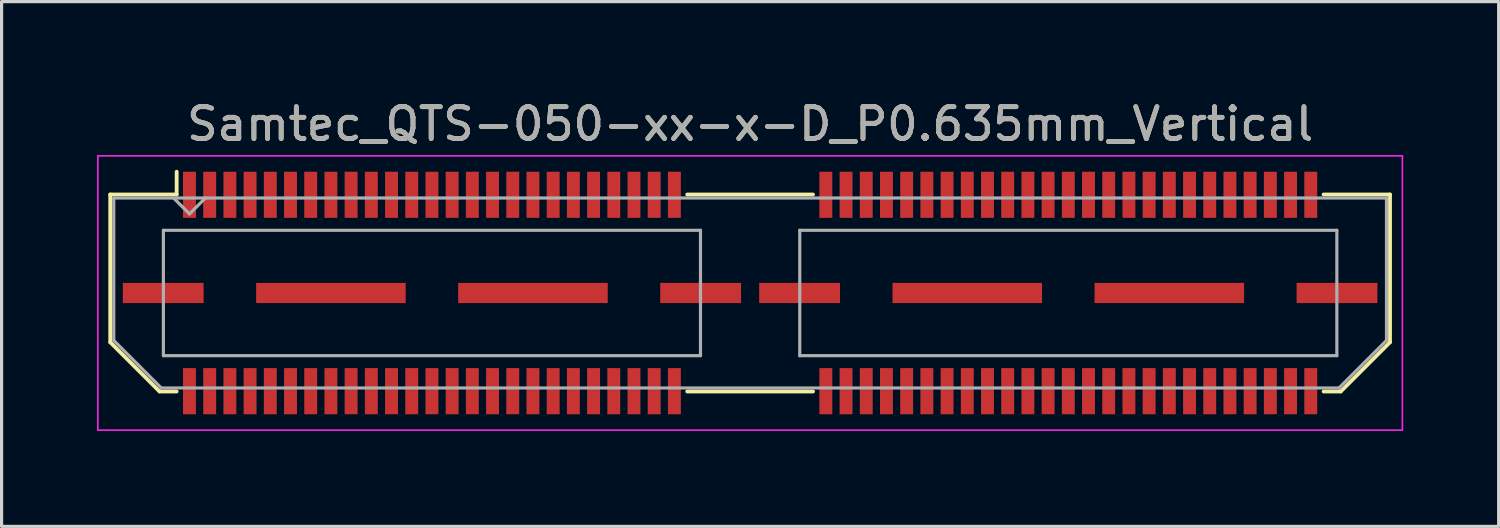
<source format=kicad_pcb>
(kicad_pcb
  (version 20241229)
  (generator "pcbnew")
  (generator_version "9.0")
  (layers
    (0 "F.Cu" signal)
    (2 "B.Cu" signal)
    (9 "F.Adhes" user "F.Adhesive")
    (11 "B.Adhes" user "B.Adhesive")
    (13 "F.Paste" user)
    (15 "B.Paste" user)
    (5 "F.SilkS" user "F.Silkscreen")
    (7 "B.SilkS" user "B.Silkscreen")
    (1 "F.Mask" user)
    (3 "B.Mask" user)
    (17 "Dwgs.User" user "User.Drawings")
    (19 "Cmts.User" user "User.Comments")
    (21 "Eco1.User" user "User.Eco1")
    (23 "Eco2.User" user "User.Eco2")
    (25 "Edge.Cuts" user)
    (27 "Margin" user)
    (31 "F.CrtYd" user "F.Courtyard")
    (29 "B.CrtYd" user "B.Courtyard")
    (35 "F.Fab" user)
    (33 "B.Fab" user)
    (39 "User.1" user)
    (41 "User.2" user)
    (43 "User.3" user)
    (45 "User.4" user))
  (footprint "Samtec_QTS-050-xx-x-D_P0.635mm_Vertical"
    (layer "F.Cu")
    (at 20.525 6.158)
    (property "Reference" "Samtec_QTS-050-xx-x-D_P0.635mm_Vertical" (at 0 -5.31 0) (layer "F.SilkS") (effects (font (size 1 1) (thickness 0.15))))
    (attr smd)
    (fp_line (start -20.11 -3.095) (end -20.11 1.548) (stroke (width 0.12) (type solid)) (layer "F.SilkS"))
    (fp_line (start -20.11 1.548) (end -18.562 3.095) (stroke (width 0.12) (type solid)) (layer "F.SilkS"))
    (fp_line (start -18.562 3.095) (end -18.023 3.095) (stroke (width 0.12) (type solid)) (layer "F.SilkS"))
    (fp_line (start -18.023 -3.811) (end -18.023 -3.095) (stroke (width 0.12) (type solid)) (layer "F.SilkS"))
    (fp_line (start -18.023 -3.095) (end -20.11 -3.095) (stroke (width 0.12) (type solid)) (layer "F.SilkS"))
    (fp_line (start -1.977 -3.095) (end 1.977 -3.095) (stroke (width 0.12) (type solid)) (layer "F.SilkS"))
    (fp_line (start -1.977 3.095) (end 1.977 3.095) (stroke (width 0.12) (type solid)) (layer "F.SilkS"))
    (fp_line (start 18.023 -3.095) (end 20.11 -3.095) (stroke (width 0.12) (type solid)) (layer "F.SilkS"))
    (fp_line (start 18.562 3.095) (end 18.023 3.095) (stroke (width 0.12) (type solid)) (layer "F.SilkS"))
    (fp_line (start 20.11 -3.095) (end 20.11 1.548) (stroke (width 0.12) (type solid)) (layer "F.SilkS"))
    (fp_line (start 20.11 1.548) (end 18.562 3.095) (stroke (width 0.12) (type solid)) (layer "F.SilkS"))
    (fp_line (start -20.5 -4.31) (end -20.5 4.31) (stroke (width 0.05) (type solid)) (layer "F.CrtYd"))
    (fp_line (start -20.5 4.31) (end 20.5 4.31) (stroke (width 0.05) (type solid)) (layer "F.CrtYd"))
    (fp_line (start 20.5 -4.31) (end -20.5 -4.31) (stroke (width 0.05) (type solid)) (layer "F.CrtYd"))
    (fp_line (start 20.5 4.31) (end 20.5 -4.31) (stroke (width 0.05) (type solid)) (layer "F.CrtYd"))
    (fp_line (start -20 -2.985) (end -20 1.492) (stroke (width 0.1) (type solid)) (layer "F.Fab"))
    (fp_line (start -20 -2.985) (end 20 -2.985) (stroke (width 0.1) (type solid)) (layer "F.Fab"))
    (fp_line (start -20 1.492) (end -18.508 2.985) (stroke (width 0.1) (type solid)) (layer "F.Fab"))
    (fp_line (start -18.508 2.985) (end 18.508 2.985) (stroke (width 0.1) (type solid)) (layer "F.Fab"))
    (fp_line (start -18.44 -1.97) (end -18.44 1.97) (stroke (width 0.1) (type solid)) (layer "F.Fab"))
    (fp_line (start -18.44 1.97) (end -1.56 1.97) (stroke (width 0.1) (type solid)) (layer "F.Fab"))
    (fp_line (start -17.62 -2.485) (end -18.12 -2.985) (stroke (width 0.1) (type solid)) (layer "F.Fab"))
    (fp_line (start -17.12 -2.985) (end -17.62 -2.485) (stroke (width 0.1) (type solid)) (layer "F.Fab"))
    (fp_line (start -1.56 -1.97) (end -18.44 -1.97) (stroke (width 0.1) (type solid)) (layer "F.Fab"))
    (fp_line (start -1.56 1.97) (end -1.56 -1.97) (stroke (width 0.1) (type solid)) (layer "F.Fab"))
    (fp_line (start 1.56 -1.97) (end 1.56 1.97) (stroke (width 0.1) (type solid)) (layer "F.Fab"))
    (fp_line (start 1.56 1.97) (end 18.44 1.97) (stroke (width 0.1) (type solid)) (layer "F.Fab"))
    (fp_line (start 18.44 -1.97) (end 1.56 -1.97) (stroke (width 0.1) (type solid)) (layer "F.Fab"))
    (fp_line (start 18.44 1.97) (end 18.44 -1.97) (stroke (width 0.1) (type solid)) (layer "F.Fab"))
    (fp_line (start 20 -2.985) (end 20 1.492) (stroke (width 0.1) (type solid)) (layer "F.Fab"))
    (fp_line (start 20 1.492) (end 18.508 2.985) (stroke (width 0.1) (type solid)) (layer "F.Fab"))
    (fp_text user "${REFERENCE}" (at 0 -5.31 0) (layer "F.Fab") (effects (font (size 1 1) (thickness 0.15))))
    (pad "1" smd rect (at -17.62 -3.086) (size 0.406 1.45) (layers "F.Cu" "F.Mask" "F.Paste"))
    (pad "2" smd rect (at -17.62 3.086) (size 0.406 1.45) (layers "F.Cu" "F.Mask" "F.Paste"))
    (pad "3" smd rect (at -16.985 -3.086) (size 0.406 1.45) (layers "F.Cu" "F.Mask" "F.Paste"))
    (pad "4" smd rect (at -16.985 3.086) (size 0.406 1.45) (layers "F.Cu" "F.Mask" "F.Paste"))
    (pad "5" smd rect (at -16.35 -3.086) (size 0.406 1.45) (layers "F.Cu" "F.Mask" "F.Paste"))
    (pad "6" smd rect (at -16.35 3.086) (size 0.406 1.45) (layers "F.Cu" "F.Mask" "F.Paste"))
    (pad "7" smd rect (at -15.715 -3.086) (size 0.406 1.45) (layers "F.Cu" "F.Mask" "F.Paste"))
    (pad "8" smd rect (at -15.715 3.086) (size 0.406 1.45) (layers "F.Cu" "F.Mask" "F.Paste"))
    (pad "9" smd rect (at -15.08 -3.086) (size 0.406 1.45) (layers "F.Cu" "F.Mask" "F.Paste"))
    (pad "10" smd rect (at -15.08 3.086) (size 0.406 1.45) (layers "F.Cu" "F.Mask" "F.Paste"))
    (pad "11" smd rect (at -14.445 -3.086) (size 0.406 1.45) (layers "F.Cu" "F.Mask" "F.Paste"))
    (pad "12" smd rect (at -14.445 3.086) (size 0.406 1.45) (layers "F.Cu" "F.Mask" "F.Paste"))
    (pad "13" smd rect (at -13.81 -3.086) (size 0.406 1.45) (layers "F.Cu" "F.Mask" "F.Paste"))
    (pad "14" smd rect (at -13.81 3.086) (size 0.406 1.45) (layers "F.Cu" "F.Mask" "F.Paste"))
    (pad "15" smd rect (at -13.175 -3.086) (size 0.406 1.45) (layers "F.Cu" "F.Mask" "F.Paste"))
    (pad "16" smd rect (at -13.175 3.086) (size 0.406 1.45) (layers "F.Cu" "F.Mask" "F.Paste"))
    (pad "17" smd rect (at -12.54 -3.086) (size 0.406 1.45) (layers "F.Cu" "F.Mask" "F.Paste"))
    (pad "18" smd rect (at -12.54 3.086) (size 0.406 1.45) (layers "F.Cu" "F.Mask" "F.Paste"))
    (pad "19" smd rect (at -11.905 -3.086) (size 0.406 1.45) (layers "F.Cu" "F.Mask" "F.Paste"))
    (pad "20" smd rect (at -11.905 3.086) (size 0.406 1.45) (layers "F.Cu" "F.Mask" "F.Paste"))
    (pad "21" smd rect (at -11.27 -3.086) (size 0.406 1.45) (layers "F.Cu" "F.Mask" "F.Paste"))
    (pad "22" smd rect (at -11.27 3.086) (size 0.406 1.45) (layers "F.Cu" "F.Mask" "F.Paste"))
    (pad "23" smd rect (at -10.635 -3.086) (size 0.406 1.45) (layers "F.Cu" "F.Mask" "F.Paste"))
    (pad "24" smd rect (at -10.635 3.086) (size 0.406 1.45) (layers "F.Cu" "F.Mask" "F.Paste"))
    (pad "25" smd rect (at -10 -3.086) (size 0.406 1.45) (layers "F.Cu" "F.Mask" "F.Paste"))
    (pad "26" smd rect (at -10 3.086) (size 0.406 1.45) (layers "F.Cu" "F.Mask" "F.Paste"))
    (pad "27" smd rect (at -9.365 -3.086) (size 0.406 1.45) (layers "F.Cu" "F.Mask" "F.Paste"))
    (pad "28" smd rect (at -9.365 3.086) (size 0.406 1.45) (layers "F.Cu" "F.Mask" "F.Paste"))
    (pad "29" smd rect (at -8.73 -3.086) (size 0.406 1.45) (layers "F.Cu" "F.Mask" "F.Paste"))
    (pad "30" smd rect (at -8.73 3.086) (size 0.406 1.45) (layers "F.Cu" "F.Mask" "F.Paste"))
    (pad "31" smd rect (at -8.095 -3.086) (size 0.406 1.45) (layers "F.Cu" "F.Mask" "F.Paste"))
    (pad "32" smd rect (at -8.095 3.086) (size 0.406 1.45) (layers "F.Cu" "F.Mask" "F.Paste"))
    (pad "33" smd rect (at -7.46 -3.086) (size 0.406 1.45) (layers "F.Cu" "F.Mask" "F.Paste"))
    (pad "34" smd rect (at -7.46 3.086) (size 0.406 1.45) (layers "F.Cu" "F.Mask" "F.Paste"))
    (pad "35" smd rect (at -6.825 -3.086) (size 0.406 1.45) (layers "F.Cu" "F.Mask" "F.Paste"))
    (pad "36" smd rect (at -6.825 3.086) (size 0.406 1.45) (layers "F.Cu" "F.Mask" "F.Paste"))
    (pad "37" smd rect (at -6.19 -3.086) (size 0.406 1.45) (layers "F.Cu" "F.Mask" "F.Paste"))
    (pad "38" smd rect (at -6.19 3.086) (size 0.406 1.45) (layers "F.Cu" "F.Mask" "F.Paste"))
    (pad "39" smd rect (at -5.555 -3.086) (size 0.406 1.45) (layers "F.Cu" "F.Mask" "F.Paste"))
    (pad "40" smd rect (at -5.555 3.086) (size 0.406 1.45) (layers "F.Cu" "F.Mask" "F.Paste"))
    (pad "41" smd rect (at -4.92 -3.086) (size 0.406 1.45) (layers "F.Cu" "F.Mask" "F.Paste"))
    (pad "42" smd rect (at -4.92 3.086) (size 0.406 1.45) (layers "F.Cu" "F.Mask" "F.Paste"))
    (pad "43" smd rect (at -4.285 -3.086) (size 0.406 1.45) (layers "F.Cu" "F.Mask" "F.Paste"))
    (pad "44" smd rect (at -4.285 3.086) (size 0.406 1.45) (layers "F.Cu" "F.Mask" "F.Paste"))
    (pad "45" smd rect (at -3.65 -3.086) (size 0.406 1.45) (layers "F.Cu" "F.Mask" "F.Paste"))
    (pad "46" smd rect (at -3.65 3.086) (size 0.406 1.45) (layers "F.Cu" "F.Mask" "F.Paste"))
    (pad "47" smd rect (at -3.015 -3.086) (size 0.406 1.45) (layers "F.Cu" "F.Mask" "F.Paste"))
    (pad "48" smd rect (at -3.015 3.086) (size 0.406 1.45) (layers "F.Cu" "F.Mask" "F.Paste"))
    (pad "49" smd rect (at -2.38 -3.086) (size 0.406 1.45) (layers "F.Cu" "F.Mask" "F.Paste"))
    (pad "50" smd rect (at -2.38 3.086) (size 0.406 1.45) (layers "F.Cu" "F.Mask" "F.Paste"))
    (pad "51" smd rect (at 2.38 -3.086) (size 0.406 1.45) (layers "F.Cu" "F.Mask" "F.Paste"))
    (pad "52" smd rect (at 2.38 3.086) (size 0.406 1.45) (layers "F.Cu" "F.Mask" "F.Paste"))
    (pad "53" smd rect (at 3.015 -3.086) (size 0.406 1.45) (layers "F.Cu" "F.Mask" "F.Paste"))
    (pad "54" smd rect (at 3.015 3.086) (size 0.406 1.45) (layers "F.Cu" "F.Mask" "F.Paste"))
    (pad "55" smd rect (at 3.65 -3.086) (size 0.406 1.45) (layers "F.Cu" "F.Mask" "F.Paste"))
    (pad "56" smd rect (at 3.65 3.086) (size 0.406 1.45) (layers "F.Cu" "F.Mask" "F.Paste"))
    (pad "57" smd rect (at 4.285 -3.086) (size 0.406 1.45) (layers "F.Cu" "F.Mask" "F.Paste"))
    (pad "58" smd rect (at 4.285 3.086) (size 0.406 1.45) (layers "F.Cu" "F.Mask" "F.Paste"))
    (pad "59" smd rect (at 4.92 -3.086) (size 0.406 1.45) (layers "F.Cu" "F.Mask" "F.Paste"))
    (pad "60" smd rect (at 4.92 3.086) (size 0.406 1.45) (layers "F.Cu" "F.Mask" "F.Paste"))
    (pad "61" smd rect (at 5.555 -3.086) (size 0.406 1.45) (layers "F.Cu" "F.Mask" "F.Paste"))
    (pad "62" smd rect (at 5.555 3.086) (size 0.406 1.45) (layers "F.Cu" "F.Mask" "F.Paste"))
    (pad "63" smd rect (at 6.19 -3.086) (size 0.406 1.45) (layers "F.Cu" "F.Mask" "F.Paste"))
    (pad "64" smd rect (at 6.19 3.086) (size 0.406 1.45) (layers "F.Cu" "F.Mask" "F.Paste"))
    (pad "65" smd rect (at 6.825 -3.086) (size 0.406 1.45) (layers "F.Cu" "F.Mask" "F.Paste"))
    (pad "66" smd rect (at 6.825 3.086) (size 0.406 1.45) (layers "F.Cu" "F.Mask" "F.Paste"))
    (pad "67" smd rect (at 7.46 -3.086) (size 0.406 1.45) (layers "F.Cu" "F.Mask" "F.Paste"))
    (pad "68" smd rect (at 7.46 3.086) (size 0.406 1.45) (layers "F.Cu" "F.Mask" "F.Paste"))
    (pad "69" smd rect (at 8.095 -3.086) (size 0.406 1.45) (layers "F.Cu" "F.Mask" "F.Paste"))
    (pad "70" smd rect (at 8.095 3.086) (size 0.406 1.45) (layers "F.Cu" "F.Mask" "F.Paste"))
    (pad "71" smd rect (at 8.73 -3.086) (size 0.406 1.45) (layers "F.Cu" "F.Mask" "F.Paste"))
    (pad "72" smd rect (at 8.73 3.086) (size 0.406 1.45) (layers "F.Cu" "F.Mask" "F.Paste"))
    (pad "73" smd rect (at 9.365 -3.086) (size 0.406 1.45) (layers "F.Cu" "F.Mask" "F.Paste"))
    (pad "74" smd rect (at 9.365 3.086) (size 0.406 1.45) (layers "F.Cu" "F.Mask" "F.Paste"))
    (pad "75" smd rect (at 10 -3.086) (size 0.406 1.45) (layers "F.Cu" "F.Mask" "F.Paste"))
    (pad "76" smd rect (at 10 3.086) (size 0.406 1.45) (layers "F.Cu" "F.Mask" "F.Paste"))
    (pad "77" smd rect (at 10.635 -3.086) (size 0.406 1.45) (layers "F.Cu" "F.Mask" "F.Paste"))
    (pad "78" smd rect (at 10.635 3.086) (size 0.406 1.45) (layers "F.Cu" "F.Mask" "F.Paste"))
    (pad "79" smd rect (at 11.27 -3.086) (size 0.406 1.45) (layers "F.Cu" "F.Mask" "F.Paste"))
    (pad "80" smd rect (at 11.27 3.086) (size 0.406 1.45) (layers "F.Cu" "F.Mask" "F.Paste"))
    (pad "81" smd rect (at 11.905 -3.086) (size 0.406 1.45) (layers "F.Cu" "F.Mask" "F.Paste"))
    (pad "82" smd rect (at 11.905 3.086) (size 0.406 1.45) (layers "F.Cu" "F.Mask" "F.Paste"))
    (pad "83" smd rect (at 12.54 -3.086) (size 0.406 1.45) (layers "F.Cu" "F.Mask" "F.Paste"))
    (pad "84" smd rect (at 12.54 3.086) (size 0.406 1.45) (layers "F.Cu" "F.Mask" "F.Paste"))
    (pad "85" smd rect (at 13.175 -3.086) (size 0.406 1.45) (layers "F.Cu" "F.Mask" "F.Paste"))
    (pad "86" smd rect (at 13.175 3.086) (size 0.406 1.45) (layers "F.Cu" "F.Mask" "F.Paste"))
    (pad "87" smd rect (at 13.81 -3.086) (size 0.406 1.45) (layers "F.Cu" "F.Mask" "F.Paste"))
    (pad "88" smd rect (at 13.81 3.086) (size 0.406 1.45) (layers "F.Cu" "F.Mask" "F.Paste"))
    (pad "89" smd rect (at 14.445 -3.086) (size 0.406 1.45) (layers "F.Cu" "F.Mask" "F.Paste"))
    (pad "90" smd rect (at 14.445 3.086) (size 0.406 1.45) (layers "F.Cu" "F.Mask" "F.Paste"))
    (pad "91" smd rect (at 15.08 -3.086) (size 0.406 1.45) (layers "F.Cu" "F.Mask" "F.Paste"))
    (pad "92" smd rect (at 15.08 3.086) (size 0.406 1.45) (layers "F.Cu" "F.Mask" "F.Paste"))
    (pad "93" smd rect (at 15.715 -3.086) (size 0.406 1.45) (layers "F.Cu" "F.Mask" "F.Paste"))
    (pad "94" smd rect (at 15.715 3.086) (size 0.406 1.45) (layers "F.Cu" "F.Mask" "F.Paste"))
    (pad "95" smd rect (at 16.35 -3.086) (size 0.406 1.45) (layers "F.Cu" "F.Mask" "F.Paste"))
    (pad "96" smd rect (at 16.35 3.086) (size 0.406 1.45) (layers "F.Cu" "F.Mask" "F.Paste"))
    (pad "97" smd rect (at 16.985 -3.086) (size 0.406 1.45) (layers "F.Cu" "F.Mask" "F.Paste"))
    (pad "98" smd rect (at 16.985 3.086) (size 0.406 1.45) (layers "F.Cu" "F.Mask" "F.Paste"))
    (pad "99" smd rect (at 17.62 -3.086) (size 0.406 1.45) (layers "F.Cu" "F.Mask" "F.Paste"))
    (pad "100" smd rect (at 17.62 3.086) (size 0.406 1.45) (layers "F.Cu" "F.Mask" "F.Paste"))
    (pad "P1" smd rect (at -18.445 0) (size 2.54 0.635) (layers "F.Cu" "F.Mask" "F.Paste"))
    (pad "P1" smd rect (at -13.175 0) (size 4.7 0.635) (layers "F.Cu" "F.Mask" "F.Paste"))
    (pad "P1" smd rect (at -6.825 0) (size 4.7 0.635) (layers "F.Cu" "F.Mask" "F.Paste"))
    (pad "P1" smd rect (at -1.555 0) (size 2.54 0.635) (layers "F.Cu" "F.Mask" "F.Paste"))
    (pad "P2" smd rect (at 1.555 0) (size 2.54 0.635) (layers "F.Cu" "F.Mask" "F.Paste"))
    (pad "P2" smd rect (at 6.825 0) (size 4.7 0.635) (layers "F.Cu" "F.Mask" "F.Paste"))
    (pad "P2" smd rect (at 13.175 0) (size 4.7 0.635) (layers "F.Cu" "F.Mask" "F.Paste"))
    (pad "P2" smd rect (at 18.445 0) (size 2.54 0.635) (layers "F.Cu" "F.Mask" "F.Paste")))
  (gr_rect
    (start -3 -3)
    (end 44.05 13.493)
    (stroke (width 0.1) (type default))
    (fill no)
    (layer "Edge.Cuts")))
</source>
